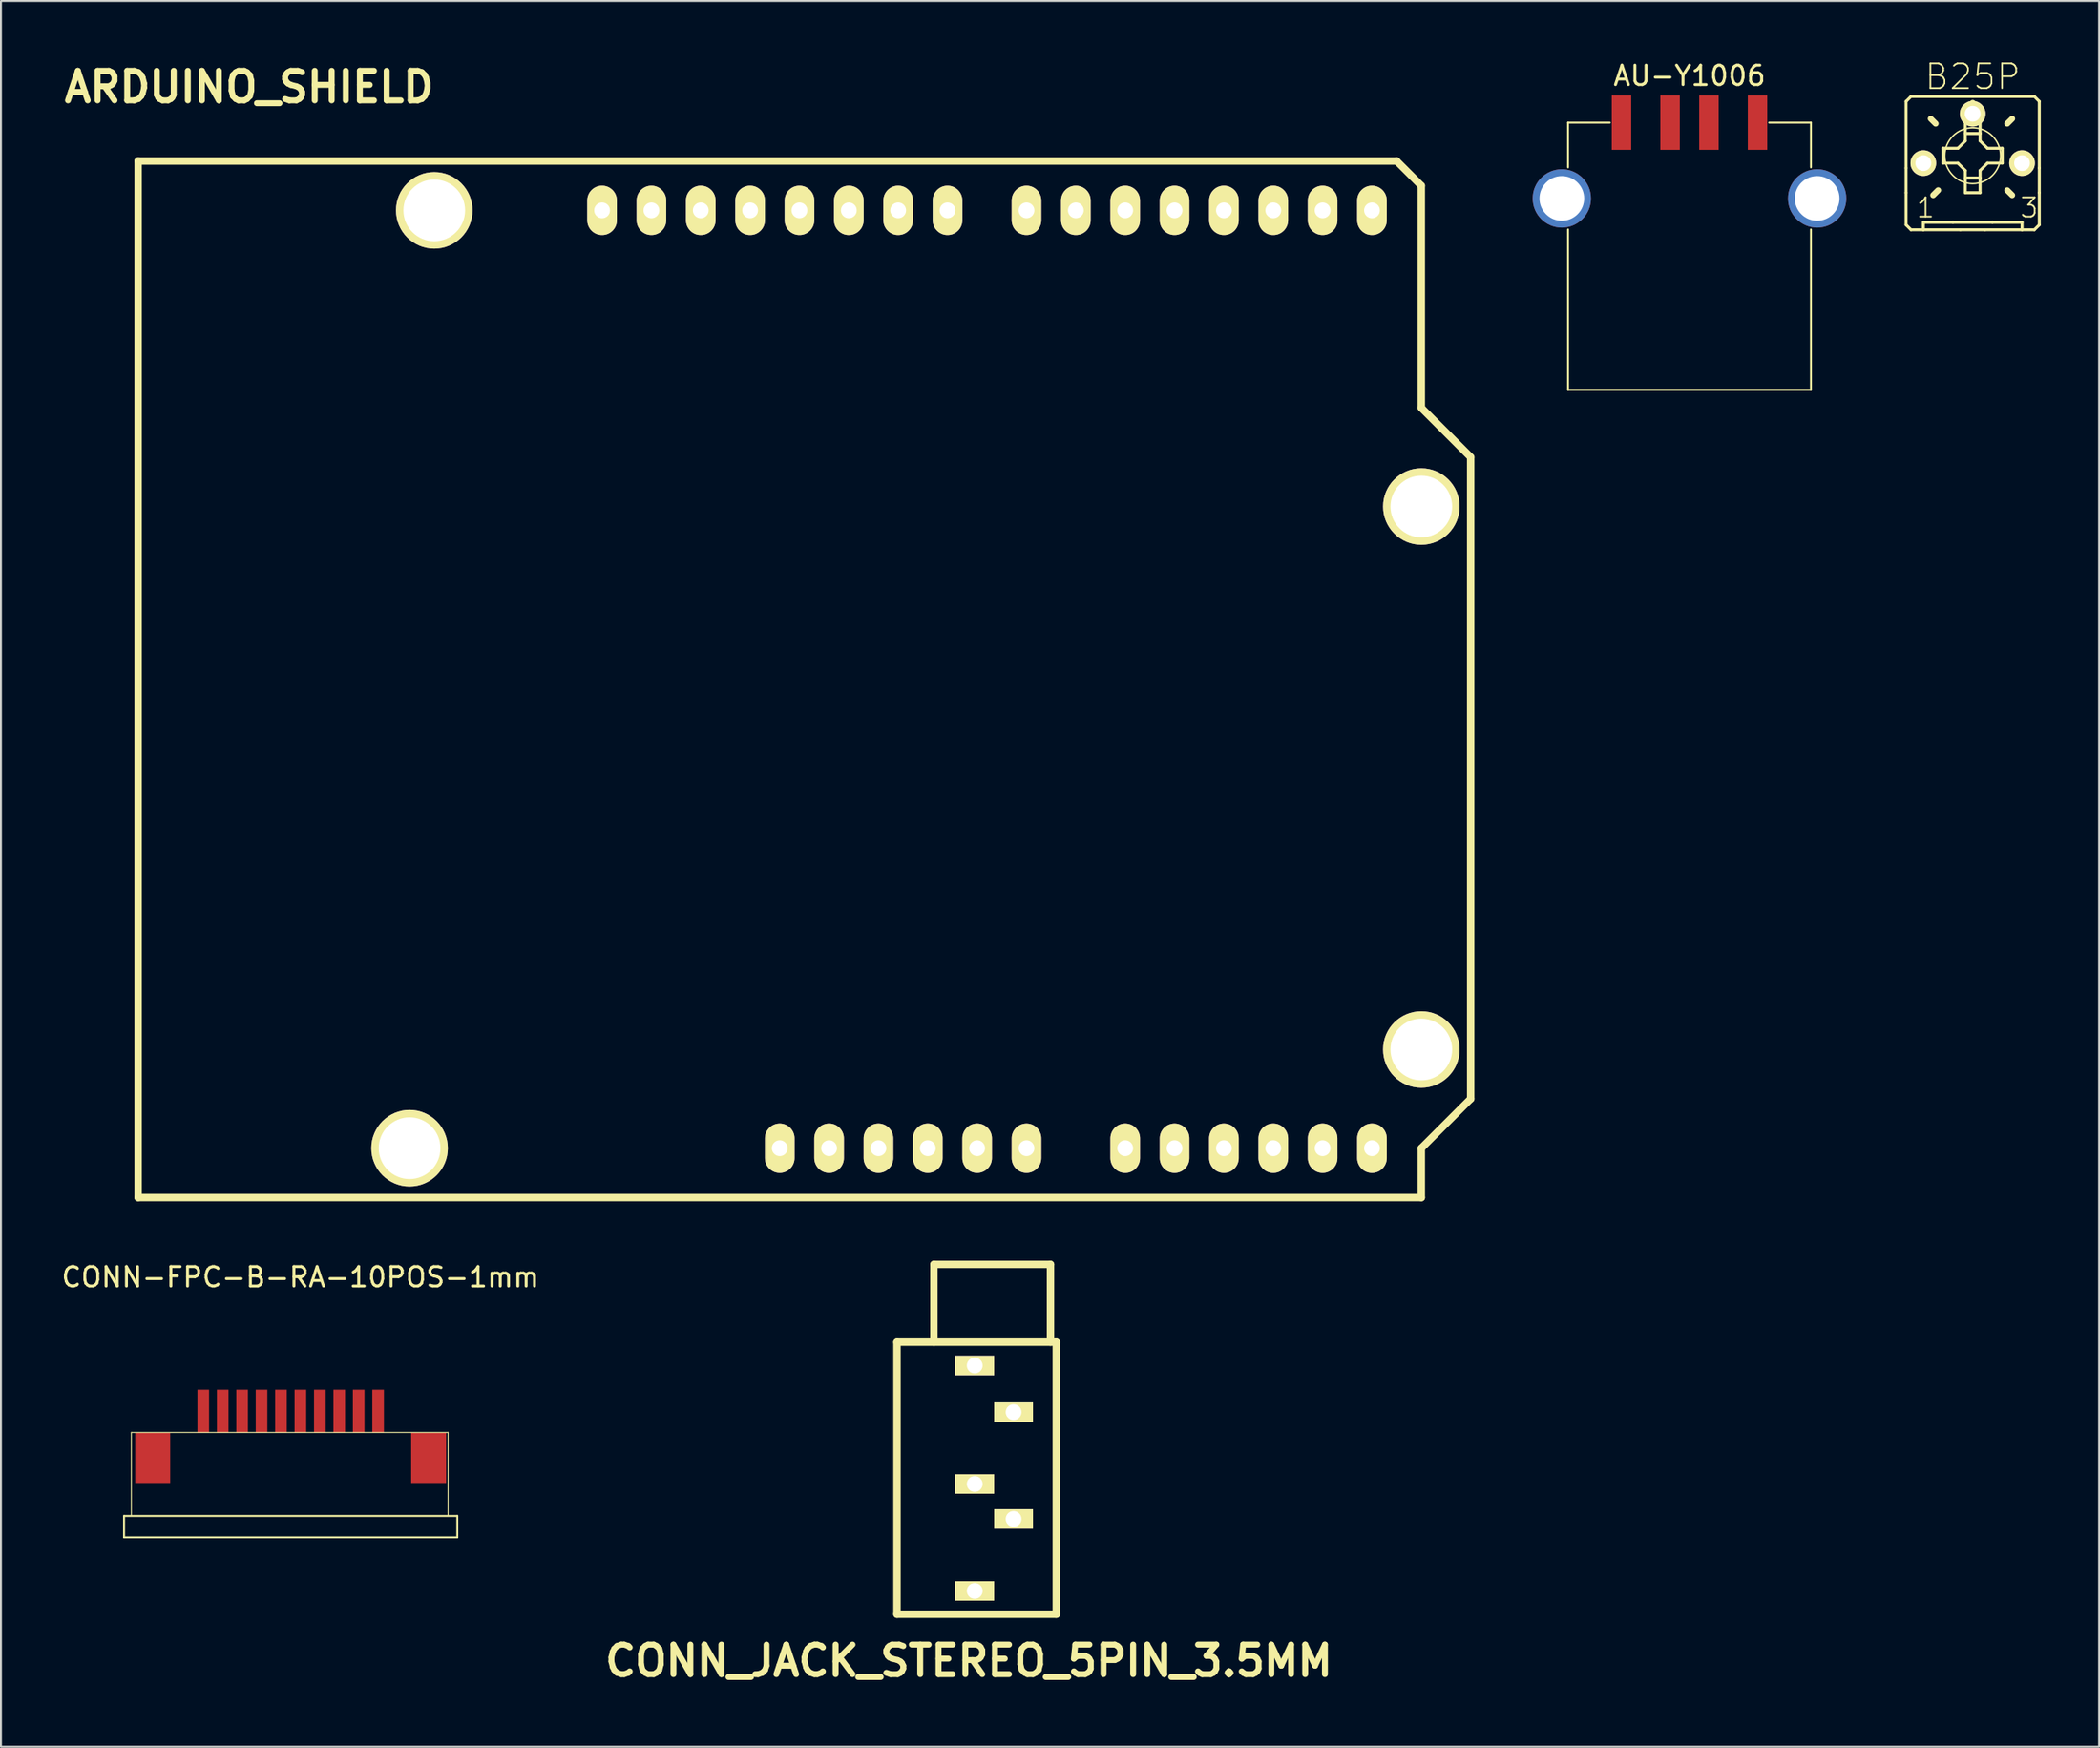
<source format=kicad_pcb>
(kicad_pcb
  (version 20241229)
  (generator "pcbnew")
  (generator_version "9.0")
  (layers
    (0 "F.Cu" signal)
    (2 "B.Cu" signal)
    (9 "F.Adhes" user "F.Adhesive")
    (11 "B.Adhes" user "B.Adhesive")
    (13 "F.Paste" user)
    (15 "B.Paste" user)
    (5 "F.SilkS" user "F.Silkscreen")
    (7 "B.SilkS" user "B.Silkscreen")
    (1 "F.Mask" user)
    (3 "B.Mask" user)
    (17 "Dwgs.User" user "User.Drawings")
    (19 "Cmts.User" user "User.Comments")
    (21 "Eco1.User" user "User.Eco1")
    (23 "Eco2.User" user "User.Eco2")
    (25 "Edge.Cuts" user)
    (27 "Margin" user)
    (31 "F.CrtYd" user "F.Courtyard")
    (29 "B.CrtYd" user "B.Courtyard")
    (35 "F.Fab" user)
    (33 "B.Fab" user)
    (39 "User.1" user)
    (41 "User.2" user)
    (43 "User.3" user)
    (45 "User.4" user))
  (footprint "AU-Y1006"
    (layer "F.Cu")
    (at 83.901 3.261)
    (property "Reference" "AU-Y1006" (at 0 -2.413 0) (layer "F.SilkS") (effects (font (size 1 1) (thickness 0.15))))
    (attr through_hole)
    (fp_line (start -6.25 0) (end -6.25 2.3) (stroke (width 0.1) (type solid)) (layer "F.SilkS"))
    (fp_line (start -6.25 0) (end -4.1 0) (stroke (width 0.1) (type solid)) (layer "F.SilkS"))
    (fp_line (start -6.25 13.75) (end -6.25 5.5) (stroke (width 0.1) (type solid)) (layer "F.SilkS"))
    (fp_line (start -6.25 13.75) (end 6.25 13.75) (stroke (width 0.1) (type solid)) (layer "F.SilkS"))
    (fp_line (start 6.25 0) (end 4.1 0) (stroke (width 0.1) (type solid)) (layer "F.SilkS"))
    (fp_line (start 6.25 0) (end 6.25 2.3) (stroke (width 0.1) (type solid)) (layer "F.SilkS"))
    (fp_line (start 6.25 13.75) (end 6.25 5.5) (stroke (width 0.1) (type solid)) (layer "F.SilkS"))
    (pad "1" smd rect (at -3.5 0 270) (size 2.8 1) (layers "F.Cu" "F.Mask" "F.Paste"))
    (pad "2" smd rect (at -1 0 270) (size 2.8 1) (layers "F.Cu" "F.Mask" "F.Paste"))
    (pad "3" smd rect (at 1 0 270) (size 2.8 1) (layers "F.Cu" "F.Mask" "F.Paste"))
    (pad "4" smd rect (at 3.5 0 270) (size 2.8 1) (layers "F.Cu" "F.Mask" "F.Paste"))
    (pad "5" thru_hole circle (at -6.57 3.9 270) (size 3 3) (drill 2.3) (layers "*.Cu" "*.Mask"))
    (pad "5" thru_hole circle (at 6.57 3.9 270) (size 3 3) (drill 2.3) (layers "*.Cu" "*.Mask")))
  (footprint "CONN_JACK_STEREO_5PIN_3.5MM"
    (layer "F.Cu")
    (at 47.314 72.317)
    (property "Reference" "CONN_JACK_STEREO_5PIN_3.5MM" (at -0.5 10.099 0) (layer "F.SilkS") (effects (font (size 1.524 1.524) (thickness 0.305))))
    (attr through_hole)
    (fp_line (start -4.199 -6.299) (end 4 -6.299) (stroke (width 0.381) (type solid)) (layer "F.SilkS"))
    (fp_line (start -4.199 7.701) (end -4.199 -6.299) (stroke (width 0.381) (type solid)) (layer "F.SilkS"))
    (fp_line (start -4.199 7.701) (end 4 7.701) (stroke (width 0.381) (type solid)) (layer "F.SilkS"))
    (fp_line (start -2.299 -10.3) (end 3.701 -10.3) (stroke (width 0.381) (type solid)) (layer "F.SilkS"))
    (fp_line (start -2.299 -6.299) (end -2.299 -10.3) (stroke (width 0.381) (type solid)) (layer "F.SilkS"))
    (fp_line (start 3.701 -10.3) (end 3.701 -6.299) (stroke (width 0.381) (type solid)) (layer "F.SilkS"))
    (fp_line (start 4 -6.299) (end 4 7.701) (stroke (width 0.381) (type solid)) (layer "F.SilkS"))
    (pad "1" thru_hole rect (at -0.198 -5.098) (size 1.999 1.001) (drill 0.813) (layers "*.Cu" "*.Mask" "F.SilkS"))
    (pad "2" thru_hole rect (at 1.801 -2.697) (size 1.999 1.001) (drill 0.813) (layers "*.Cu" "*.Mask" "F.SilkS"))
    (pad "3" thru_hole rect (at 1.801 2.802) (size 1.999 1.001) (drill 0.813) (layers "*.Cu" "*.Mask" "F.SilkS"))
    (pad "4" thru_hole rect (at -0.198 6.502) (size 1.999 1.001) (drill 0.813) (layers "*.Cu" "*.Mask" "F.SilkS"))
    (pad "5" thru_hole rect (at -0.198 1.001) (size 1.999 1.001) (drill 0.813) (layers "*.Cu" "*.Mask" "F.SilkS")))
  (footprint "ARDUINO_SHIELD"
    (layer "F.Cu")
    (at 4.06 58.576)
    (property "Reference" "ARDUINO_SHIELD" (at 5.715 -57.15 0) (layer "F.SilkS") (effects (font (size 1.524 1.524) (thickness 0.305))))
    (attr through_hole)
    (fp_line (start 0 0) (end 0 -53.34) (stroke (width 0.381) (type solid)) (layer "F.SilkS"))
    (fp_line (start 64.77 -53.34) (end 0 -53.34) (stroke (width 0.381) (type solid)) (layer "F.SilkS"))
    (fp_line (start 66.04 -52.07) (end 64.77 -53.34) (stroke (width 0.381) (type solid)) (layer "F.SilkS"))
    (fp_line (start 66.04 -40.64) (end 66.04 -52.07) (stroke (width 0.381) (type solid)) (layer "F.SilkS"))
    (fp_line (start 66.04 -40.64) (end 68.58 -38.1) (stroke (width 0.381) (type solid)) (layer "F.SilkS"))
    (fp_line (start 66.04 -2.54) (end 66.04 0) (stroke (width 0.381) (type solid)) (layer "F.SilkS"))
    (fp_line (start 66.04 0) (end 0 0) (stroke (width 0.381) (type solid)) (layer "F.SilkS"))
    (fp_line (start 68.58 -38.1) (end 68.58 -5.08) (stroke (width 0.381) (type solid)) (layer "F.SilkS"))
    (fp_line (start 68.58 -5.08) (end 66.04 -2.54) (stroke (width 0.381) (type solid)) (layer "F.SilkS"))
    (pad "" thru_hole circle (at 13.97 -2.54 90) (size 3.937 3.937) (drill 3.175) (layers "*.Cu" "*.Mask" "F.SilkS"))
    (pad "" thru_hole circle (at 15.24 -50.8 90) (size 3.937 3.937) (drill 3.175) (layers "*.Cu" "*.Mask" "F.SilkS"))
    (pad "" thru_hole circle (at 66.04 -35.56 90) (size 3.937 3.937) (drill 3.175) (layers "*.Cu" "*.Mask" "F.SilkS"))
    (pad "" thru_hole circle (at 66.04 -7.62 90) (size 3.937 3.937) (drill 3.175) (layers "*.Cu" "*.Mask" "F.SilkS"))
    (pad "0" thru_hole oval (at 63.5 -50.8 90) (size 2.54 1.524) (drill 0.813) (layers "*.Cu" "*.Mask" "F.SilkS"))
    (pad "1" thru_hole oval (at 60.96 -50.8 90) (size 2.54 1.524) (drill 0.813) (layers "*.Cu" "*.Mask" "F.SilkS"))
    (pad "2" thru_hole oval (at 58.42 -50.8 90) (size 2.54 1.524) (drill 0.813) (layers "*.Cu" "*.Mask" "F.SilkS"))
    (pad "3" thru_hole oval (at 55.88 -50.8 90) (size 2.54 1.524) (drill 0.813) (layers "*.Cu" "*.Mask" "F.SilkS"))
    (pad "3V3" thru_hole oval (at 35.56 -2.54 90) (size 2.54 1.524) (drill 0.813) (layers "*.Cu" "*.Mask" "F.SilkS"))
    (pad "4" thru_hole oval (at 53.34 -50.8 90) (size 2.54 1.524) (drill 0.813) (layers "*.Cu" "*.Mask" "F.SilkS"))
    (pad "5" thru_hole oval (at 50.8 -50.8 90) (size 2.54 1.524) (drill 0.813) (layers "*.Cu" "*.Mask" "F.SilkS"))
    (pad "5V" thru_hole oval (at 38.1 -2.54 90) (size 2.54 1.524) (drill 0.813) (layers "*.Cu" "*.Mask" "F.SilkS"))
    (pad "6" thru_hole oval (at 48.26 -50.8 90) (size 2.54 1.524) (drill 0.813) (layers "*.Cu" "*.Mask" "F.SilkS"))
    (pad "7" thru_hole oval (at 45.72 -50.8 90) (size 2.54 1.524) (drill 0.813) (layers "*.Cu" "*.Mask" "F.SilkS"))
    (pad "8" thru_hole oval (at 41.656 -50.8 90) (size 2.54 1.524) (drill 0.813) (layers "*.Cu" "*.Mask" "F.SilkS"))
    (pad "9" thru_hole oval (at 39.116 -50.8 90) (size 2.54 1.524) (drill 0.813) (layers "*.Cu" "*.Mask" "F.SilkS"))
    (pad "10" thru_hole oval (at 36.576 -50.8 90) (size 2.54 1.524) (drill 0.813) (layers "*.Cu" "*.Mask" "F.SilkS"))
    (pad "11" thru_hole oval (at 34.036 -50.8 90) (size 2.54 1.524) (drill 0.813) (layers "*.Cu" "*.Mask" "F.SilkS"))
    (pad "12" thru_hole oval (at 31.496 -50.8 90) (size 2.54 1.524) (drill 0.813) (layers "*.Cu" "*.Mask" "F.SilkS"))
    (pad "13" thru_hole oval (at 28.956 -50.8 90) (size 2.54 1.524) (drill 0.813) (layers "*.Cu" "*.Mask" "F.SilkS"))
    (pad "AD0" thru_hole oval (at 50.8 -2.54 90) (size 2.54 1.524) (drill 0.813) (layers "*.Cu" "*.Mask" "F.SilkS"))
    (pad "AD1" thru_hole oval (at 53.34 -2.54 90) (size 2.54 1.524) (drill 0.813) (layers "*.Cu" "*.Mask" "F.SilkS"))
    (pad "AD2" thru_hole oval (at 55.88 -2.54 90) (size 2.54 1.524) (drill 0.813) (layers "*.Cu" "*.Mask" "F.SilkS"))
    (pad "AD3" thru_hole oval (at 58.42 -2.54 90) (size 2.54 1.524) (drill 0.813) (layers "*.Cu" "*.Mask" "F.SilkS"))
    (pad "AD4" thru_hole oval (at 60.96 -2.54 90) (size 2.54 1.524) (drill 0.813) (layers "*.Cu" "*.Mask" "F.SilkS"))
    (pad "AD5" thru_hole oval (at 63.5 -2.54 90) (size 2.54 1.524) (drill 0.813) (layers "*.Cu" "*.Mask" "F.SilkS"))
    (pad "AREF" thru_hole oval (at 23.876 -50.8 90) (size 2.54 1.524) (drill 0.813) (layers "*.Cu" "*.Mask" "F.SilkS"))
    (pad "GND1" thru_hole oval (at 40.64 -2.54 90) (size 2.54 1.524) (drill 0.813) (layers "*.Cu" "*.Mask" "F.SilkS"))
    (pad "GND2" thru_hole oval (at 43.18 -2.54 90) (size 2.54 1.524) (drill 0.813) (layers "*.Cu" "*.Mask" "F.SilkS"))
    (pad "GND3" thru_hole oval (at 26.416 -50.8 90) (size 2.54 1.524) (drill 0.813) (layers "*.Cu" "*.Mask" "F.SilkS"))
    (pad "RST" thru_hole oval (at 33.02 -2.54 90) (size 2.54 1.524) (drill 0.813) (layers "*.Cu" "*.Mask" "F.SilkS"))
    (pad "V_IN" thru_hole oval (at 45.72 -2.54 90) (size 2.54 1.524) (drill 0.813) (layers "*.Cu" "*.Mask" "F.SilkS")))
  (footprint "CONN-FPC-B-RA-10POS-1mm"
    (layer "F.Cu")
    (at 12.411 71.565)
    (property "Reference" "CONN-FPC-B-RA-10POS-1mm" (at 0 -8.89 0) (layer "F.SilkS") (effects (font (size 1 1) (thickness 0.15))))
    (attr through_hole)
    (fp_line (start -9.075 3.4) (end -9.075 4.5) (stroke (width 0.1) (type solid)) (layer "F.SilkS"))
    (fp_line (start -9.075 3.4) (end 8.075 3.4) (stroke (width 0.1) (type solid)) (layer "F.SilkS"))
    (fp_line (start -9.075 4.5) (end 8.075 4.5) (stroke (width 0.1) (type solid)) (layer "F.SilkS"))
    (fp_line (start -8.7 -0.9) (end 7.6 -0.9) (stroke (width 0.05) (type solid)) (layer "F.SilkS"))
    (fp_line (start -8.7 3.4) (end -8.7 -0.9) (stroke (width 0.05) (type solid)) (layer "F.SilkS"))
    (fp_line (start 7.6 -0.9) (end 7.6 3.4) (stroke (width 0.05) (type solid)) (layer "F.SilkS"))
    (fp_line (start 8.075 3.4) (end 8.075 4.5) (stroke (width 0.1) (type solid)) (layer "F.SilkS"))
    (pad "" smd rect (at -7.6 0.4) (size 1.8 2.6) (layers "F.Cu" "F.Mask" "F.Paste"))
    (pad "" smd rect (at 6.6 0.4) (size 1.8 2.6) (layers "F.Cu" "F.Mask" "F.Paste"))
    (pad "1" smd rect (at -5 -2) (size 0.6 2.2) (layers "F.Cu" "F.Mask" "F.Paste"))
    (pad "2" smd rect (at -4 -2) (size 0.6 2.2) (layers "F.Cu" "F.Mask" "F.Paste"))
    (pad "3" smd rect (at -3 -2) (size 0.6 2.2) (layers "F.Cu" "F.Mask" "F.Paste"))
    (pad "4" smd rect (at -2 -2) (size 0.6 2.2) (layers "F.Cu" "F.Mask" "F.Paste"))
    (pad "5" smd rect (at -1 -2) (size 0.6 2.2) (layers "F.Cu" "F.Mask" "F.Paste"))
    (pad "6" smd rect (at 0 -2) (size 0.6 2.2) (layers "F.Cu" "F.Mask" "F.Paste"))
    (pad "7" smd rect (at 1 -2) (size 0.6 2.2) (layers "F.Cu" "F.Mask" "F.Paste"))
    (pad "8" smd rect (at 2 -2) (size 0.6 2.2) (layers "F.Cu" "F.Mask" "F.Paste"))
    (pad "9" smd rect (at 3 -2) (size 0.6 2.2) (layers "F.Cu" "F.Mask" "F.Paste"))
    (pad "10" smd rect (at 4 -2) (size 0.6 2.2) (layers "F.Cu" "F.Mask" "F.Paste")))
  (footprint "B25P"
    (layer "F.Cu")
    (at 98.476 5.344)
    (property "Reference" "B25P" (at 0 -4.445 0) (layer "F.SilkS") (effects (font (size 1.27 1.27) (thickness 0.089))))
    (attr exclude_from_pos_files exclude_from_bom)
    (fp_line (start -3.429 -3.175) (end -3.429 0.254) (stroke (width 0.152) (type solid)) (layer "F.SilkS"))
    (fp_line (start -3.429 0.254) (end -3.429 1.524) (stroke (width 0.152) (type solid)) (layer "F.SilkS"))
    (fp_line (start -3.429 1.524) (end -3.429 3.175) (stroke (width 0.152) (type solid)) (layer "F.SilkS"))
    (fp_line (start -3.175 -3.429) (end -3.429 -3.175) (stroke (width 0.152) (type solid)) (layer "F.SilkS"))
    (fp_line (start -3.175 3.429) (end -3.429 3.175) (stroke (width 0.152) (type solid)) (layer "F.SilkS"))
    (fp_line (start -3.175 3.429) (end -2.54 3.429) (stroke (width 0.152) (type solid)) (layer "F.SilkS"))
    (fp_line (start -2.54 3.048) (end -2.54 3.429) (stroke (width 0.152) (type solid)) (layer "F.SilkS"))
    (fp_line (start -2.54 3.048) (end -1.016 3.048) (stroke (width 0.152) (type solid)) (layer "F.SilkS"))
    (fp_line (start -2.54 3.429) (end -0.635 3.429) (stroke (width 0.152) (type solid)) (layer "F.SilkS"))
    (fp_line (start -2.388 -0.381) (end -2.769 -0.381) (stroke (width 0.305) (type solid)) (layer "F.SilkS"))
    (fp_line (start -1.905 -2.032) (end -2.159 -2.286) (stroke (width 0.305) (type solid)) (layer "F.SilkS"))
    (fp_line (start -1.778 1.397) (end -2.032 1.651) (stroke (width 0.305) (type solid)) (layer "F.SilkS"))
    (fp_line (start -1.524 -0.762) (end -1.524 0) (stroke (width 0.152) (type solid)) (layer "F.SilkS"))
    (fp_line (start -1.524 0) (end -0.762 0) (stroke (width 0.152) (type solid)) (layer "F.SilkS"))
    (fp_line (start -1.016 3.048) (end 1.016 3.048) (stroke (width 0.152) (type solid)) (layer "F.SilkS"))
    (fp_line (start -0.762 -0.762) (end -1.524 -0.762) (stroke (width 0.152) (type solid)) (layer "F.SilkS"))
    (fp_line (start -0.635 3.429) (end 0.635 3.429) (stroke (width 0.152) (type solid)) (layer "F.SilkS"))
    (fp_line (start -0.381 -2.286) (end -0.381 -1.524) (stroke (width 0.152) (type solid)) (layer "F.SilkS"))
    (fp_line (start -0.381 -1.524) (end -0.381 -1.143) (stroke (width 0.152) (type solid)) (layer "F.SilkS"))
    (fp_line (start -0.381 -1.143) (end -0.762 -0.762) (stroke (width 0.152) (type solid)) (layer "F.SilkS"))
    (fp_line (start -0.381 0.381) (end -0.762 0) (stroke (width 0.152) (type solid)) (layer "F.SilkS"))
    (fp_line (start -0.381 0.381) (end -0.381 0.762) (stroke (width 0.152) (type solid)) (layer "F.SilkS"))
    (fp_line (start -0.381 0.762) (end -0.381 1.524) (stroke (width 0.152) (type solid)) (layer "F.SilkS"))
    (fp_line (start -0.381 1.524) (end 0.381 1.524) (stroke (width 0.152) (type solid)) (layer "F.SilkS"))
    (fp_line (start 0 -2.718) (end 0 -3.099) (stroke (width 0.305) (type solid)) (layer "F.SilkS"))
    (fp_line (start 0.381 -2.286) (end -0.381 -2.286) (stroke (width 0.152) (type solid)) (layer "F.SilkS"))
    (fp_line (start 0.381 -1.524) (end -0.381 -1.524) (stroke (width 0.152) (type solid)) (layer "F.SilkS"))
    (fp_line (start 0.381 -1.524) (end 0.381 -2.286) (stroke (width 0.152) (type solid)) (layer "F.SilkS"))
    (fp_line (start 0.381 -1.143) (end 0.381 -1.524) (stroke (width 0.152) (type solid)) (layer "F.SilkS"))
    (fp_line (start 0.381 0.381) (end 0.762 0) (stroke (width 0.152) (type solid)) (layer "F.SilkS"))
    (fp_line (start 0.381 0.762) (end -0.381 0.762) (stroke (width 0.152) (type solid)) (layer "F.SilkS"))
    (fp_line (start 0.381 0.762) (end 0.381 0.381) (stroke (width 0.152) (type solid)) (layer "F.SilkS"))
    (fp_line (start 0.381 1.524) (end 0.381 0.762) (stroke (width 0.152) (type solid)) (layer "F.SilkS"))
    (fp_line (start 0.635 3.429) (end 2.54 3.429) (stroke (width 0.152) (type solid)) (layer "F.SilkS"))
    (fp_line (start 0.762 -0.762) (end 0.381 -1.143) (stroke (width 0.152) (type solid)) (layer "F.SilkS"))
    (fp_line (start 0.762 0) (end 1.524 0) (stroke (width 0.152) (type solid)) (layer "F.SilkS"))
    (fp_line (start 1.016 3.048) (end 2.54 3.048) (stroke (width 0.152) (type solid)) (layer "F.SilkS"))
    (fp_line (start 1.524 -0.762) (end 0.762 -0.762) (stroke (width 0.152) (type solid)) (layer "F.SilkS"))
    (fp_line (start 1.524 0) (end 1.524 -0.762) (stroke (width 0.152) (type solid)) (layer "F.SilkS"))
    (fp_line (start 1.778 -2.032) (end 2.032 -2.286) (stroke (width 0.305) (type solid)) (layer "F.SilkS"))
    (fp_line (start 1.778 1.397) (end 2.032 1.651) (stroke (width 0.305) (type solid)) (layer "F.SilkS"))
    (fp_line (start 2.388 -0.381) (end 2.769 -0.381) (stroke (width 0.305) (type solid)) (layer "F.SilkS"))
    (fp_line (start 2.54 3.429) (end 2.54 3.048) (stroke (width 0.152) (type solid)) (layer "F.SilkS"))
    (fp_line (start 2.54 3.429) (end 3.175 3.429) (stroke (width 0.152) (type solid)) (layer "F.SilkS"))
    (fp_line (start 3.175 -3.429) (end -3.175 -3.429) (stroke (width 0.152) (type solid)) (layer "F.SilkS"))
    (fp_line (start 3.175 -3.429) (end 3.429 -3.175) (stroke (width 0.152) (type solid)) (layer "F.SilkS"))
    (fp_line (start 3.175 3.429) (end 3.429 3.175) (stroke (width 0.152) (type solid)) (layer "F.SilkS"))
    (fp_line (start 3.429 0.254) (end 3.429 -3.175) (stroke (width 0.152) (type solid)) (layer "F.SilkS"))
    (fp_line (start 3.429 1.524) (end 3.429 0.254) (stroke (width 0.152) (type solid)) (layer "F.SilkS"))
    (fp_line (start 3.429 3.175) (end 3.429 1.524) (stroke (width 0.152) (type solid)) (layer "F.SilkS"))
    (fp_circle (center 0 -0.381) (end -1.016 -1.397) (stroke (width 0.076) (type solid)) (fill no) (layer "F.SilkS"))
    (fp_text user "1" (at -2.426 2.299 0) (layer "F.SilkS") (effects (font (size 0.991 0.991) (thickness 0.089))))
    (fp_text user "3" (at 2.908 2.299 0) (layer "F.SilkS") (effects (font (size 0.991 0.991) (thickness 0.089))))
    (pad "1" thru_hole circle (at -2.54 0) (size 1.321 1.321) (drill 0.813) (layers "*.Cu" "F.Mask" "F.SilkS" "F.Paste"))
    (pad "2" thru_hole circle (at 0 -2.54) (size 1.321 1.321) (drill 0.813) (layers "*.Cu" "F.Mask" "F.SilkS" "F.Paste"))
    (pad "3" thru_hole circle (at 2.54 0) (size 1.321 1.321) (drill 0.813) (layers "*.Cu" "F.Mask" "F.SilkS" "F.Paste")))
  (gr_rect
    (start -3 -3)
    (end 104.981 86.842)
    (stroke (width 0.1) (type default))
    (fill no)
    (layer "Edge.Cuts")))
</source>
